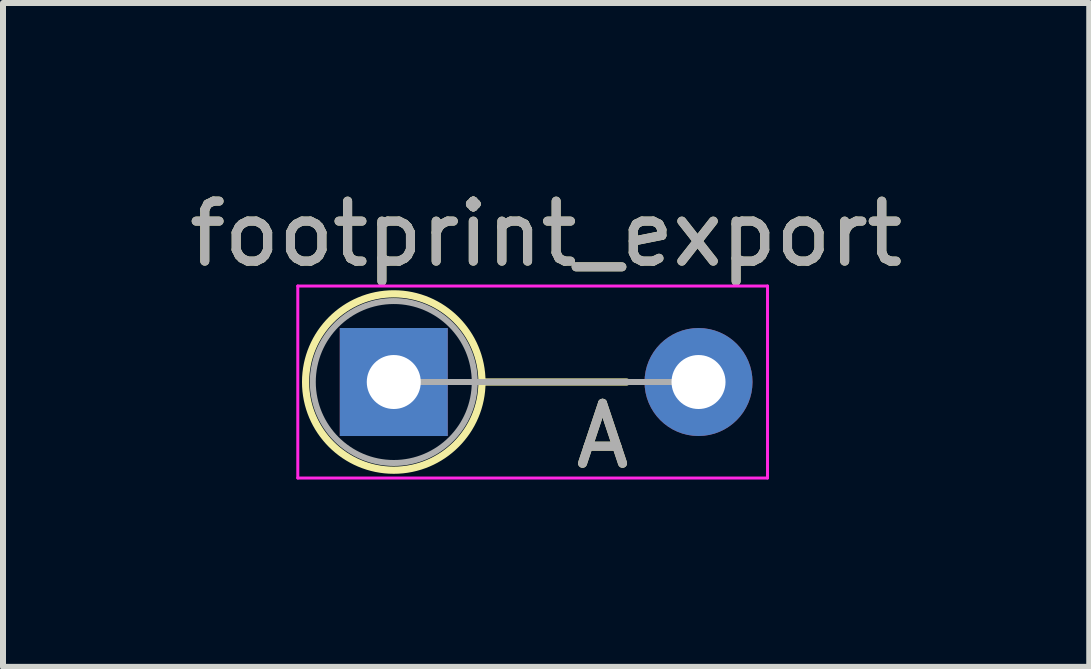
<source format=kicad_pcb>
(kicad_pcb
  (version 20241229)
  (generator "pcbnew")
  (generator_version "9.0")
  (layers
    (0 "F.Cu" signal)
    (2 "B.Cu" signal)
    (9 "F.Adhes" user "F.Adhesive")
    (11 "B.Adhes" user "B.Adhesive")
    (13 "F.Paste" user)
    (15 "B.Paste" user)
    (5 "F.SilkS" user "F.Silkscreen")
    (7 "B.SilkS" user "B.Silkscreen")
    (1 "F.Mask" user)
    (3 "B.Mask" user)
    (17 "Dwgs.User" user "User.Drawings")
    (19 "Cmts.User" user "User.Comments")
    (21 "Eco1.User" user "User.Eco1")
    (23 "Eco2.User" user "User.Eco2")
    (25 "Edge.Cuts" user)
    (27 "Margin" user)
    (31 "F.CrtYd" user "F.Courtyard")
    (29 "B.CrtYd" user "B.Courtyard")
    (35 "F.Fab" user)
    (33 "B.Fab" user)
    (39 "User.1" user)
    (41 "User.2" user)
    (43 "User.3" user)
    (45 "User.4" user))
  (footprint "footprint_export"
    (layer "F.Cu")
    (at 3.514 3.318)
    (property "Reference" "footprint_export" (at 2.54 -2.47 0) (layer "F.SilkS") (effects (font (size 1 1) (thickness 0.15))))
    (attr through_hole)
    (fp_line (start 1.47 0) (end 3.88 0) (stroke (width 0.12) (type solid)) (layer "F.SilkS"))
    (fp_circle (center 0 0) (end 1.47 0) (stroke (width 0.12) (type solid)) (fill no) (layer "F.SilkS"))
    (fp_line (start -1.6 -1.6) (end -1.6 1.6) (stroke (width 0.05) (type solid)) (layer "F.CrtYd"))
    (fp_line (start -1.6 1.6) (end 6.23 1.6) (stroke (width 0.05) (type solid)) (layer "F.CrtYd"))
    (fp_line (start 6.23 -1.6) (end -1.6 -1.6) (stroke (width 0.05) (type solid)) (layer "F.CrtYd"))
    (fp_line (start 6.23 1.6) (end 6.23 -1.6) (stroke (width 0.05) (type solid)) (layer "F.CrtYd"))
    (fp_line (start 0 0) (end 5.08 0) (stroke (width 0.1) (type solid)) (layer "F.Fab"))
    (fp_circle (center 0 0) (end 1.35 0) (stroke (width 0.1) (type solid)) (fill no) (layer "F.Fab"))
    (fp_text user "A" (at 3.48 0.9 0) (layer "F.SilkS") (effects (font (size 1 1) (thickness 0.15))))
    (fp_text user "${REFERENCE}" (at 2.54 -2.47 0) (layer "F.Fab") (effects (font (size 1 1) (thickness 0.15))))
    (fp_text user "A" (at 3.48 0.9 0) (layer "F.Fab") (effects (font (size 1 1) (thickness 0.15))))
    (pad "1" thru_hole rect (at 0 0) (size 1.8 1.8) (drill 0.9) (layers "*.Cu" "*.Mask"))
    (pad "2" thru_hole oval (at 5.08 0) (size 1.8 1.8) (drill 0.9) (layers "*.Cu" "*.Mask")))
  (gr_rect
    (start -3 -3)
    (end 15.107 8.066)
    (stroke (width 0.1) (type default))
    (fill no)
    (layer "Edge.Cuts")))
</source>
